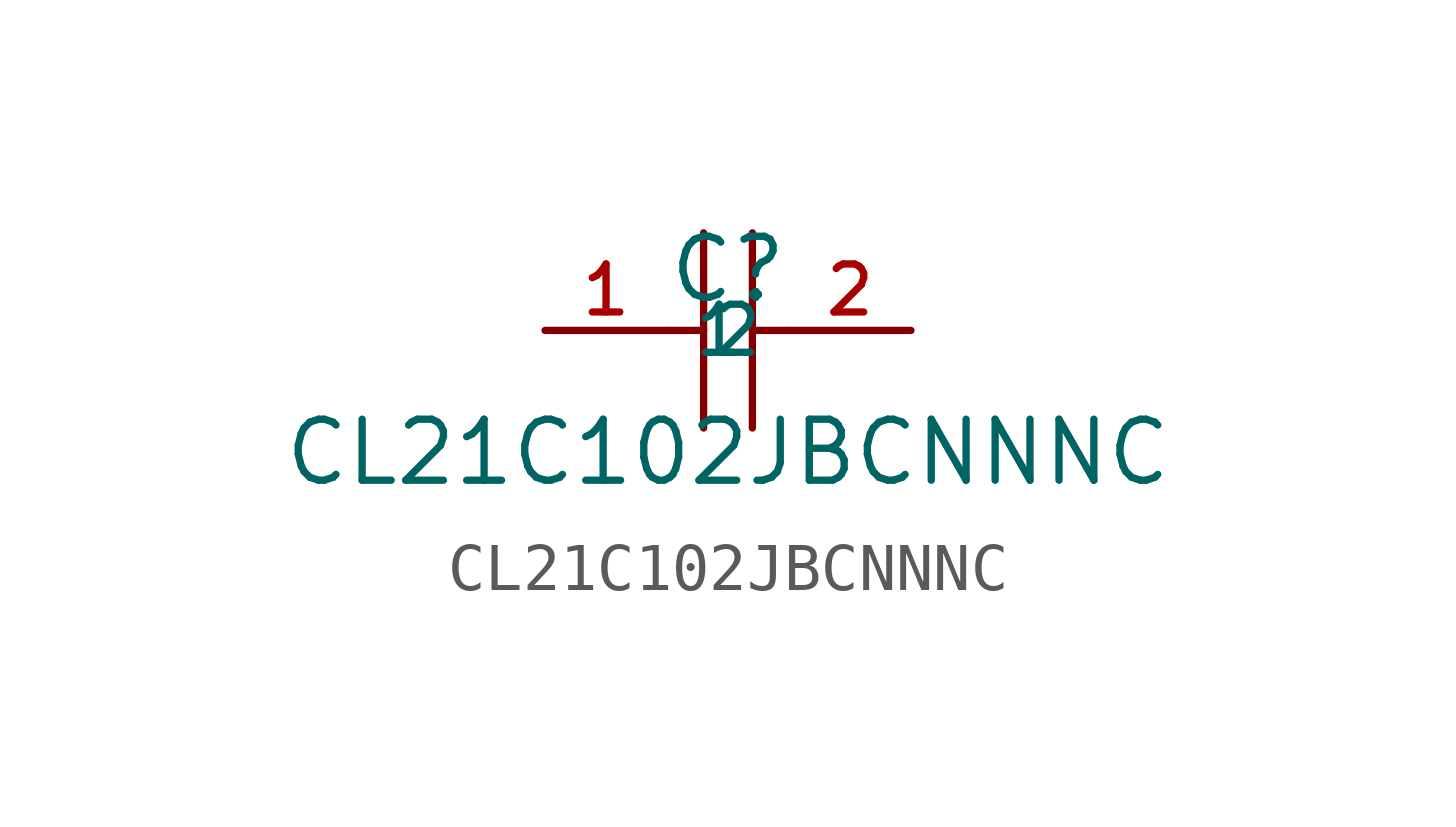
<source format=kicad_sym>
(kicad_symbol_lib
  (version 20210201)
  (generator TousstNicolas/JLC2KiCad_lib)
  (symbol "CL21C102JBCNNNC"
    (property "Reference" "C"
      (at 0 1.27 0)
      (effects (font (size 1.27 1.27))))
    (property "Value" "CL21C102JBCNNNC"
      (at 0 -2.54 0)
      (effects (font (size 1.27 1.27))))
    (symbol "CL21C102JBCNNNC_0_1"
      (polyline (pts (xy -0.508 2.032) (xy -0.508 -2.032)) (stroke (width 0) (type default) (color 0 0 0 0)) (fill (type none)))
      (polyline (pts (xy 0.508 2.032) (xy 0.508 -2.032)) (stroke (width 0) (type default) (color 0 0 0 0)) (fill (type none)))
      (pin input line (at -3.81 -0.0 0) (length 2.54) (name "1" (effects (font (size 1 1)))) (number "1" (effects (font (size 1 1)))))
      (pin input line (at 3.81 -0.0 180) (length 2.54) (name "2" (effects (font (size 1 1)))) (number "2" (effects (font (size 1 1)))))
      (polyline (pts (xy -1.27 -0.0) (xy -0.508 -0.0)) (stroke (width 0) (type default) (color 0 0 0 0)) (fill (type none)))
      (polyline (pts (xy 0.508 -0.0) (xy 1.27 -0.0)) (stroke (width 0) (type default) (color 0 0 0 0)) (fill (type none))))))
</source>
